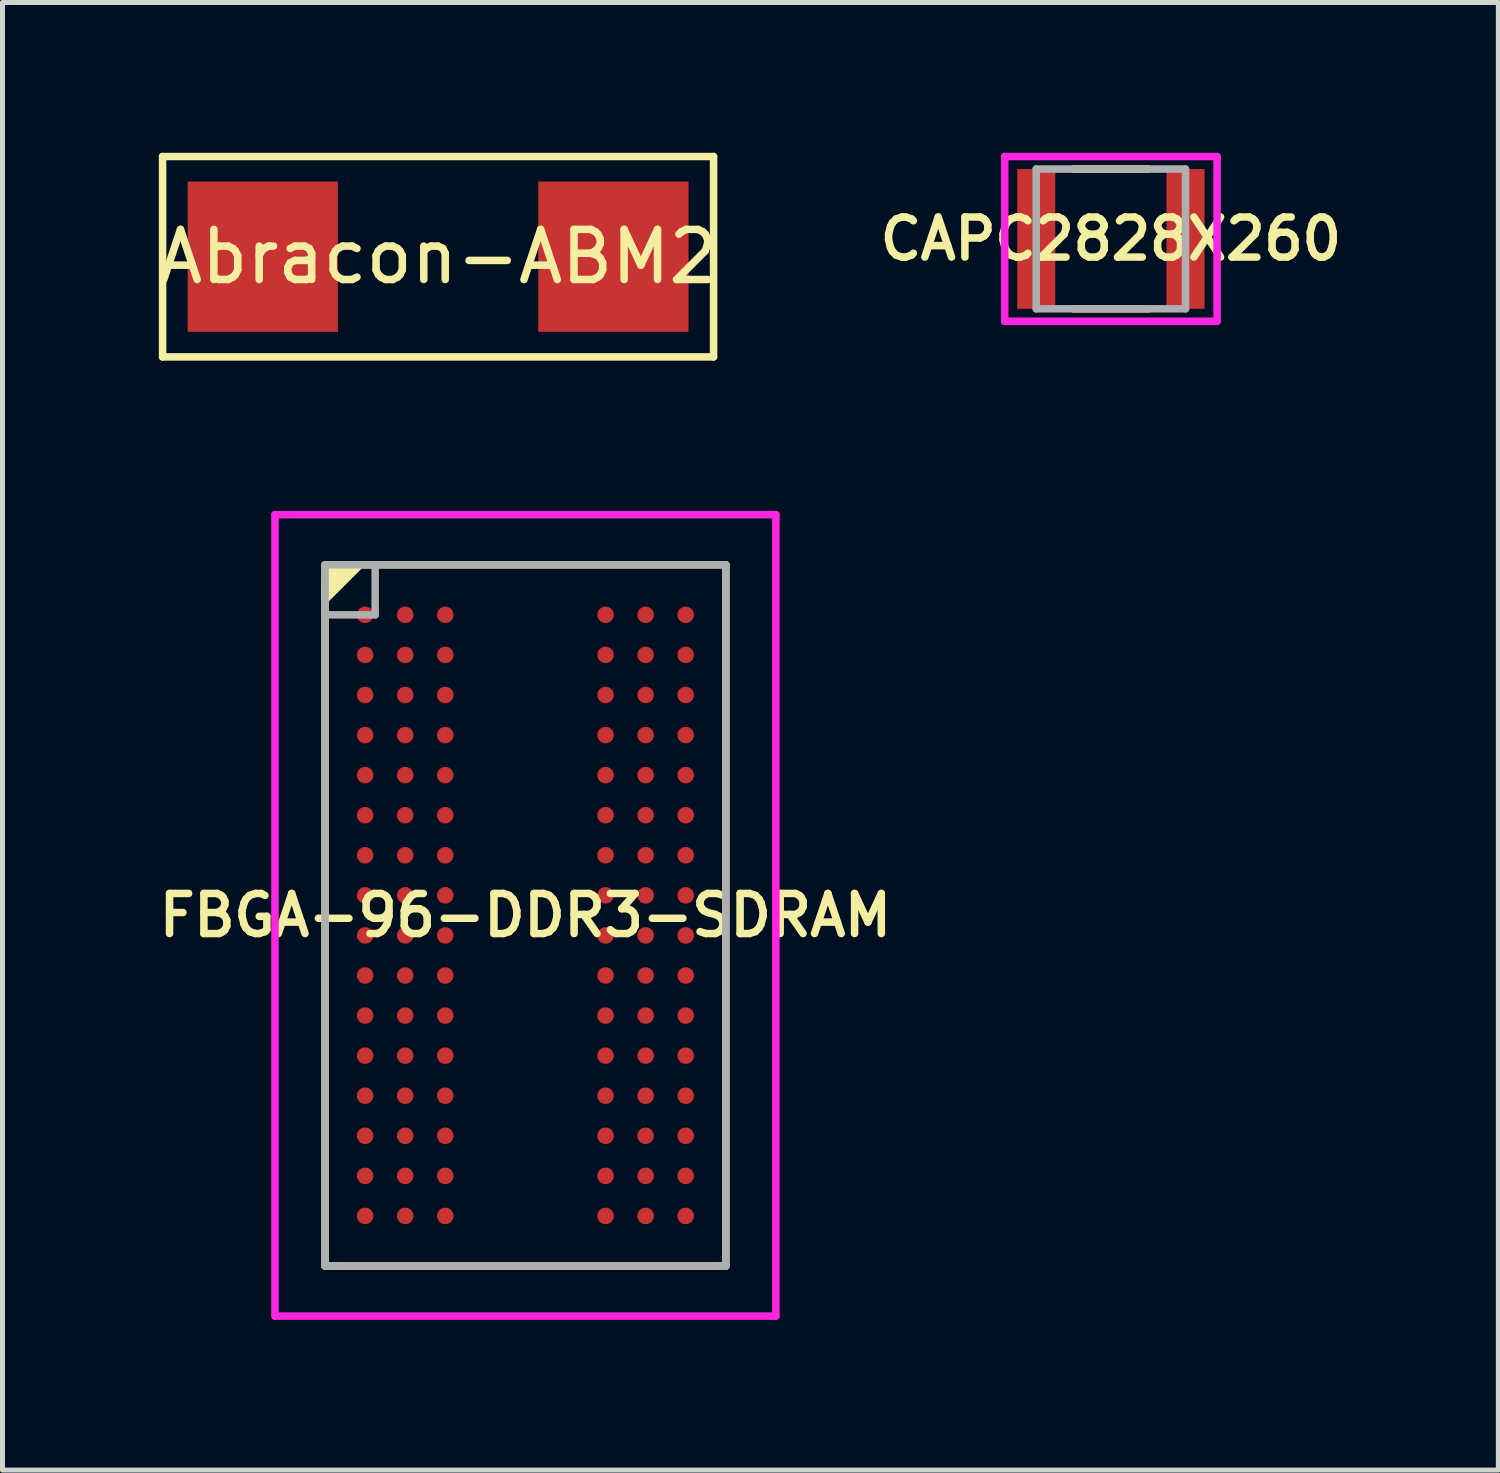
<source format=kicad_pcb>
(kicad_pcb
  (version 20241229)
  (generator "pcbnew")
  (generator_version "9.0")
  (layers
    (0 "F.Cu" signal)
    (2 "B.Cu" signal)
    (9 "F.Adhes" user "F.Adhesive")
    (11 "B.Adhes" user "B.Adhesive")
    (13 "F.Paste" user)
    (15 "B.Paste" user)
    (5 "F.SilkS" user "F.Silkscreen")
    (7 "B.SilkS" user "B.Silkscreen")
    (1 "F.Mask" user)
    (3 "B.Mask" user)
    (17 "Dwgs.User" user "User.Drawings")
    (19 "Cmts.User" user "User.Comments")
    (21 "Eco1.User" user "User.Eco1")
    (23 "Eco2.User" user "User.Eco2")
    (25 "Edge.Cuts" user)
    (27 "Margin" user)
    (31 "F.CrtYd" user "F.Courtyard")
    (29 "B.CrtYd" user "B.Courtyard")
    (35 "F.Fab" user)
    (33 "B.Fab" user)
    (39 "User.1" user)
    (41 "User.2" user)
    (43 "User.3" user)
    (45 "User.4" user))
  (footprint "CAPC2828X260"
    (layer "F.Cu")
    (at 19.128 1.72)
    (property "Reference" "CAPC2828X260" (at 0 0 0) (layer "F.SilkS") (effects (font (size 0.8 0.8) (thickness 0.15))))
    (attr smd)
    (fp_line (start -0.75 -1.395) (end 0.75 -1.395) (stroke (width 0.15) (type solid)) (layer "F.SilkS"))
    (fp_line (start 0.75 1.395) (end -0.75 1.395) (stroke (width 0.15) (type solid)) (layer "F.SilkS"))
    (fp_line (start -2.12 -1.645) (end 2.12 -1.645) (stroke (width 0.15) (type solid)) (layer "F.CrtYd"))
    (fp_line (start -2.12 1.645) (end -2.12 -1.645) (stroke (width 0.15) (type solid)) (layer "F.CrtYd"))
    (fp_line (start 2.12 -1.645) (end 2.12 1.645) (stroke (width 0.15) (type solid)) (layer "F.CrtYd"))
    (fp_line (start 2.12 1.645) (end -2.12 1.645) (stroke (width 0.15) (type solid)) (layer "F.CrtYd"))
    (fp_line (start -1.49 -1.395) (end 1.49 -1.395) (stroke (width 0.15) (type solid)) (layer "F.Fab"))
    (fp_line (start -1.49 1.395) (end -1.49 -1.395) (stroke (width 0.15) (type solid)) (layer "F.Fab"))
    (fp_line (start 1.49 -1.395) (end 1.49 1.395) (stroke (width 0.15) (type solid)) (layer "F.Fab"))
    (fp_line (start 1.49 1.395) (end -1.49 1.395) (stroke (width 0.15) (type solid)) (layer "F.Fab"))
    (pad "1" smd rect (at -1.49 0) (size 0.76 2.79) (layers "F.Cu" "F.Mask" "F.Paste"))
    (pad "2" smd rect (at 1.49 0) (size 0.76 2.79) (layers "F.Cu" "F.Mask" "F.Paste")))
  (footprint "Abracon-ABM2"
    (layer "F.Cu")
    (at 5.696 2.075)
    (property "Reference" "Abracon-ABM2" (at 0 0 0) (layer "F.SilkS") (effects (font (size 1 1) (thickness 0.15))))
    (attr through_hole)
    (fp_line (start -5.5 -2) (end 5.5 -2) (stroke (width 0.15) (type solid)) (layer "F.SilkS"))
    (fp_line (start -5.5 2) (end -5.5 -2) (stroke (width 0.15) (type solid)) (layer "F.SilkS"))
    (fp_line (start 5.5 -2) (end 5.5 2) (stroke (width 0.15) (type solid)) (layer "F.SilkS"))
    (fp_line (start 5.5 2) (end -5.5 2) (stroke (width 0.15) (type solid)) (layer "F.SilkS"))
    (pad "1" smd rect (at -3.5 0) (size 3 3) (layers "F.Cu" "F.Mask" "F.Paste"))
    (pad "2" smd rect (at 3.5 0) (size 3 3) (layers "F.Cu" "F.Mask" "F.Paste")))
  (footprint "FBGA-96-DDR3-SDRAM"
    (layer "F.Cu")
    (at 7.44 15.225)
    (property "Reference" "FBGA-96-DDR3-SDRAM" (at 0 0 0) (layer "F.SilkS") (effects (font (size 0.8 0.8) (thickness 0.15))))
    (attr smd)
    (fp_line (start -4 -7) (end -4 7) (stroke (width 0.15) (type solid)) (layer "F.SilkS"))
    (fp_line (start -4 -6.75) (end -3.75 -7) (stroke (width 0.15) (type solid)) (layer "F.SilkS"))
    (fp_line (start -4 -6.6) (end -3.6 -7) (stroke (width 0.15) (type solid)) (layer "F.SilkS"))
    (fp_line (start -4 -6.5) (end -3.5 -7) (stroke (width 0.15) (type solid)) (layer "F.SilkS"))
    (fp_line (start -4 -6.4) (end -4 -6.5) (stroke (width 0.15) (type solid)) (layer "F.SilkS"))
    (fp_line (start -4 -6.3) (end -3.3 -7) (stroke (width 0.15) (type solid)) (layer "F.SilkS"))
    (fp_line (start -4 7) (end 4 7) (stroke (width 0.15) (type solid)) (layer "F.SilkS"))
    (fp_line (start -3.4 -7) (end -4 -6.4) (stroke (width 0.15) (type solid)) (layer "F.SilkS"))
    (fp_line (start 4 -7) (end -4 -7) (stroke (width 0.15) (type solid)) (layer "F.SilkS"))
    (fp_line (start 4 7) (end 4 -7) (stroke (width 0.15) (type solid)) (layer "F.SilkS"))
    (fp_line (start -5 -8) (end 5 -8) (stroke (width 0.15) (type solid)) (layer "F.CrtYd"))
    (fp_line (start -5 8) (end -5 -8) (stroke (width 0.15) (type solid)) (layer "F.CrtYd"))
    (fp_line (start 5 -8) (end 5 8) (stroke (width 0.15) (type solid)) (layer "F.CrtYd"))
    (fp_line (start 5 8) (end -5 8) (stroke (width 0.15) (type solid)) (layer "F.CrtYd"))
    (fp_line (start -4 -7) (end 4 -7) (stroke (width 0.15) (type solid)) (layer "F.Fab"))
    (fp_line (start -4 7) (end -4 -7) (stroke (width 0.15) (type solid)) (layer "F.Fab"))
    (fp_line (start -3 -7) (end -3 -6) (stroke (width 0.15) (type solid)) (layer "F.Fab"))
    (fp_line (start -3 -6) (end -4 -6) (stroke (width 0.15) (type solid)) (layer "F.Fab"))
    (fp_line (start 4 -7) (end 4 7) (stroke (width 0.15) (type solid)) (layer "F.Fab"))
    (fp_line (start 4 7) (end -4 7) (stroke (width 0.15) (type solid)) (layer "F.Fab"))
    (pad "A1" smd circle (at -3.2 -6) (size 0.33 0.33) (layers "F.Cu" "F.Mask" "F.Paste"))
    (pad "A2" smd circle (at -2.4 -6) (size 0.33 0.33) (layers "F.Cu" "F.Mask" "F.Paste"))
    (pad "A3" smd circle (at -1.6 -6) (size 0.33 0.33) (layers "F.Cu" "F.Mask" "F.Paste"))
    (pad "A7" smd circle (at 1.6 -6) (size 0.33 0.33) (layers "F.Cu" "F.Mask" "F.Paste"))
    (pad "A8" smd circle (at 2.4 -6) (size 0.33 0.33) (layers "F.Cu" "F.Mask" "F.Paste"))
    (pad "A9" smd circle (at 3.2 -6) (size 0.33 0.33) (layers "F.Cu" "F.Mask" "F.Paste"))
    (pad "B1" smd circle (at -3.2 -5.2) (size 0.33 0.33) (layers "F.Cu" "F.Mask" "F.Paste"))
    (pad "B2" smd circle (at -2.4 -5.2) (size 0.33 0.33) (layers "F.Cu" "F.Mask" "F.Paste"))
    (pad "B3" smd circle (at -1.6 -5.2) (size 0.33 0.33) (layers "F.Cu" "F.Mask" "F.Paste"))
    (pad "B7" smd circle (at 1.6 -5.2) (size 0.33 0.33) (layers "F.Cu" "F.Mask" "F.Paste"))
    (pad "B8" smd circle (at 2.4 -5.2) (size 0.33 0.33) (layers "F.Cu" "F.Mask" "F.Paste"))
    (pad "B9" smd circle (at 3.2 -5.2) (size 0.33 0.33) (layers "F.Cu" "F.Mask" "F.Paste"))
    (pad "C1" smd circle (at -3.2 -4.4) (size 0.33 0.33) (layers "F.Cu" "F.Mask" "F.Paste"))
    (pad "C2" smd circle (at -2.4 -4.4) (size 0.33 0.33) (layers "F.Cu" "F.Mask" "F.Paste"))
    (pad "C3" smd circle (at -1.6 -4.4) (size 0.33 0.33) (layers "F.Cu" "F.Mask" "F.Paste"))
    (pad "C7" smd circle (at 1.6 -4.4) (size 0.33 0.33) (layers "F.Cu" "F.Mask" "F.Paste"))
    (pad "C8" smd circle (at 2.4 -4.4) (size 0.33 0.33) (layers "F.Cu" "F.Mask" "F.Paste"))
    (pad "C9" smd circle (at 3.2 -4.4) (size 0.33 0.33) (layers "F.Cu" "F.Mask" "F.Paste"))
    (pad "D1" smd circle (at -3.2 -3.6) (size 0.33 0.33) (layers "F.Cu" "F.Mask" "F.Paste"))
    (pad "D2" smd circle (at -2.4 -3.6) (size 0.33 0.33) (layers "F.Cu" "F.Mask" "F.Paste"))
    (pad "D3" smd circle (at -1.6 -3.6) (size 0.33 0.33) (layers "F.Cu" "F.Mask" "F.Paste"))
    (pad "D7" smd circle (at 1.6 -3.6) (size 0.33 0.33) (layers "F.Cu" "F.Mask" "F.Paste"))
    (pad "D8" smd circle (at 2.4 -3.6) (size 0.33 0.33) (layers "F.Cu" "F.Mask" "F.Paste"))
    (pad "D9" smd circle (at 3.2 -3.6) (size 0.33 0.33) (layers "F.Cu" "F.Mask" "F.Paste"))
    (pad "E1" smd circle (at -3.2 -2.8) (size 0.33 0.33) (layers "F.Cu" "F.Mask" "F.Paste"))
    (pad "E2" smd circle (at -2.4 -2.8) (size 0.33 0.33) (layers "F.Cu" "F.Mask" "F.Paste"))
    (pad "E3" smd circle (at -1.6 -2.8) (size 0.33 0.33) (layers "F.Cu" "F.Mask" "F.Paste"))
    (pad "E7" smd circle (at 1.6 -2.8) (size 0.33 0.33) (layers "F.Cu" "F.Mask" "F.Paste"))
    (pad "E8" smd circle (at 2.4 -2.8) (size 0.33 0.33) (layers "F.Cu" "F.Mask" "F.Paste"))
    (pad "E9" smd circle (at 3.2 -2.8) (size 0.33 0.33) (layers "F.Cu" "F.Mask" "F.Paste"))
    (pad "F1" smd circle (at -3.2 -2) (size 0.33 0.33) (layers "F.Cu" "F.Mask" "F.Paste"))
    (pad "F2" smd circle (at -2.4 -2) (size 0.33 0.33) (layers "F.Cu" "F.Mask" "F.Paste"))
    (pad "F3" smd circle (at -1.6 -2) (size 0.33 0.33) (layers "F.Cu" "F.Mask" "F.Paste"))
    (pad "F7" smd circle (at 1.6 -2) (size 0.33 0.33) (layers "F.Cu" "F.Mask" "F.Paste"))
    (pad "F8" smd circle (at 2.4 -2) (size 0.33 0.33) (layers "F.Cu" "F.Mask" "F.Paste"))
    (pad "F9" smd circle (at 3.2 -2) (size 0.33 0.33) (layers "F.Cu" "F.Mask" "F.Paste"))
    (pad "G1" smd circle (at -3.2 -1.2) (size 0.33 0.33) (layers "F.Cu" "F.Mask" "F.Paste"))
    (pad "G2" smd circle (at -2.4 -1.2) (size 0.33 0.33) (layers "F.Cu" "F.Mask" "F.Paste"))
    (pad "G3" smd circle (at -1.6 -1.2) (size 0.33 0.33) (layers "F.Cu" "F.Mask" "F.Paste"))
    (pad "G7" smd circle (at 1.6 -1.2) (size 0.33 0.33) (layers "F.Cu" "F.Mask" "F.Paste"))
    (pad "G8" smd circle (at 2.4 -1.2) (size 0.33 0.33) (layers "F.Cu" "F.Mask" "F.Paste"))
    (pad "G9" smd circle (at 3.2 -1.2) (size 0.33 0.33) (layers "F.Cu" "F.Mask" "F.Paste"))
    (pad "H1" smd circle (at -3.2 -0.4) (size 0.33 0.33) (layers "F.Cu" "F.Mask" "F.Paste"))
    (pad "H2" smd circle (at -2.4 -0.4) (size 0.33 0.33) (layers "F.Cu" "F.Mask" "F.Paste"))
    (pad "H3" smd circle (at -1.6 -0.4) (size 0.33 0.33) (layers "F.Cu" "F.Mask" "F.Paste"))
    (pad "H7" smd circle (at 1.6 -0.4) (size 0.33 0.33) (layers "F.Cu" "F.Mask" "F.Paste"))
    (pad "H8" smd circle (at 2.4 -0.4) (size 0.33 0.33) (layers "F.Cu" "F.Mask" "F.Paste"))
    (pad "H9" smd circle (at 3.2 -0.4) (size 0.33 0.33) (layers "F.Cu" "F.Mask" "F.Paste"))
    (pad "J1" smd circle (at -3.2 0.4) (size 0.33 0.33) (layers "F.Cu" "F.Mask" "F.Paste"))
    (pad "J2" smd circle (at -2.4 0.4) (size 0.33 0.33) (layers "F.Cu" "F.Mask" "F.Paste"))
    (pad "J3" smd circle (at -1.6 0.4) (size 0.33 0.33) (layers "F.Cu" "F.Mask" "F.Paste"))
    (pad "J7" smd circle (at 1.6 0.4) (size 0.33 0.33) (layers "F.Cu" "F.Mask" "F.Paste"))
    (pad "J8" smd circle (at 2.4 0.4) (size 0.33 0.33) (layers "F.Cu" "F.Mask" "F.Paste"))
    (pad "J9" smd circle (at 3.2 0.4) (size 0.33 0.33) (layers "F.Cu" "F.Mask" "F.Paste"))
    (pad "K1" smd circle (at -3.2 1.2) (size 0.33 0.33) (layers "F.Cu" "F.Mask" "F.Paste"))
    (pad "K2" smd circle (at -2.4 1.2) (size 0.33 0.33) (layers "F.Cu" "F.Mask" "F.Paste"))
    (pad "K3" smd circle (at -1.6 1.2) (size 0.33 0.33) (layers "F.Cu" "F.Mask" "F.Paste"))
    (pad "K7" smd circle (at 1.6 1.2) (size 0.33 0.33) (layers "F.Cu" "F.Mask" "F.Paste"))
    (pad "K8" smd circle (at 2.4 1.2) (size 0.33 0.33) (layers "F.Cu" "F.Mask" "F.Paste"))
    (pad "K9" smd circle (at 3.2 1.2) (size 0.33 0.33) (layers "F.Cu" "F.Mask" "F.Paste"))
    (pad "L1" smd circle (at -3.2 2) (size 0.33 0.33) (layers "F.Cu" "F.Mask" "F.Paste"))
    (pad "L2" smd circle (at -2.4 2) (size 0.33 0.33) (layers "F.Cu" "F.Mask" "F.Paste"))
    (pad "L3" smd circle (at -1.6 2) (size 0.33 0.33) (layers "F.Cu" "F.Mask" "F.Paste"))
    (pad "L7" smd circle (at 1.6 2) (size 0.33 0.33) (layers "F.Cu" "F.Mask" "F.Paste"))
    (pad "L8" smd circle (at 2.4 2) (size 0.33 0.33) (layers "F.Cu" "F.Mask" "F.Paste"))
    (pad "L9" smd circle (at 3.2 2) (size 0.33 0.33) (layers "F.Cu" "F.Mask" "F.Paste"))
    (pad "M1" smd circle (at -3.2 2.8) (size 0.33 0.33) (layers "F.Cu" "F.Mask" "F.Paste"))
    (pad "M2" smd circle (at -2.4 2.8) (size 0.33 0.33) (layers "F.Cu" "F.Mask" "F.Paste"))
    (pad "M3" smd circle (at -1.6 2.8) (size 0.33 0.33) (layers "F.Cu" "F.Mask" "F.Paste"))
    (pad "M7" smd circle (at 1.6 2.8) (size 0.33 0.33) (layers "F.Cu" "F.Mask" "F.Paste"))
    (pad "M8" smd circle (at 2.4 2.8) (size 0.33 0.33) (layers "F.Cu" "F.Mask" "F.Paste"))
    (pad "M9" smd circle (at 3.2 2.8) (size 0.33 0.33) (layers "F.Cu" "F.Mask" "F.Paste"))
    (pad "N1" smd circle (at -3.2 3.6) (size 0.33 0.33) (layers "F.Cu" "F.Mask" "F.Paste"))
    (pad "N2" smd circle (at -2.4 3.6) (size 0.33 0.33) (layers "F.Cu" "F.Mask" "F.Paste"))
    (pad "N3" smd circle (at -1.6 3.6) (size 0.33 0.33) (layers "F.Cu" "F.Mask" "F.Paste"))
    (pad "N7" smd circle (at 1.6 3.6) (size 0.33 0.33) (layers "F.Cu" "F.Mask" "F.Paste"))
    (pad "N8" smd circle (at 2.4 3.6) (size 0.33 0.33) (layers "F.Cu" "F.Mask" "F.Paste"))
    (pad "N9" smd circle (at 3.2 3.6) (size 0.33 0.33) (layers "F.Cu" "F.Mask" "F.Paste"))
    (pad "P1" smd circle (at -3.2 4.4) (size 0.33 0.33) (layers "F.Cu" "F.Mask" "F.Paste"))
    (pad "P2" smd circle (at -2.4 4.4) (size 0.33 0.33) (layers "F.Cu" "F.Mask" "F.Paste"))
    (pad "P3" smd circle (at -1.6 4.4) (size 0.33 0.33) (layers "F.Cu" "F.Mask" "F.Paste"))
    (pad "P7" smd circle (at 1.6 4.4) (size 0.33 0.33) (layers "F.Cu" "F.Mask" "F.Paste"))
    (pad "P8" smd circle (at 2.4 4.4) (size 0.33 0.33) (layers "F.Cu" "F.Mask" "F.Paste"))
    (pad "P9" smd circle (at 3.2 4.4) (size 0.33 0.33) (layers "F.Cu" "F.Mask" "F.Paste"))
    (pad "R1" smd circle (at -3.2 5.2) (size 0.33 0.33) (layers "F.Cu" "F.Mask" "F.Paste"))
    (pad "R2" smd circle (at -2.4 5.2) (size 0.33 0.33) (layers "F.Cu" "F.Mask" "F.Paste"))
    (pad "R3" smd circle (at -1.6 5.2) (size 0.33 0.33) (layers "F.Cu" "F.Mask" "F.Paste"))
    (pad "R7" smd circle (at 1.6 5.2) (size 0.33 0.33) (layers "F.Cu" "F.Mask" "F.Paste"))
    (pad "R8" smd circle (at 2.4 5.2) (size 0.33 0.33) (layers "F.Cu" "F.Mask" "F.Paste"))
    (pad "R9" smd circle (at 3.2 5.2) (size 0.33 0.33) (layers "F.Cu" "F.Mask" "F.Paste"))
    (pad "T1" smd circle (at -3.2 6) (size 0.33 0.33) (layers "F.Cu" "F.Mask" "F.Paste"))
    (pad "T2" smd circle (at -2.4 6) (size 0.33 0.33) (layers "F.Cu" "F.Mask" "F.Paste"))
    (pad "T3" smd circle (at -1.6 6) (size 0.33 0.33) (layers "F.Cu" "F.Mask" "F.Paste"))
    (pad "T7" smd circle (at 1.6 6) (size 0.33 0.33) (layers "F.Cu" "F.Mask" "F.Paste"))
    (pad "T8" smd circle (at 2.4 6) (size 0.33 0.33) (layers "F.Cu" "F.Mask" "F.Paste"))
    (pad "T9" smd circle (at 3.2 6) (size 0.33 0.33) (layers "F.Cu" "F.Mask" "F.Paste")))
  (gr_rect
    (start -3 -3)
    (end 26.864 26.3)
    (stroke (width 0.1) (type default))
    (fill no)
    (layer "Edge.Cuts")))
</source>
